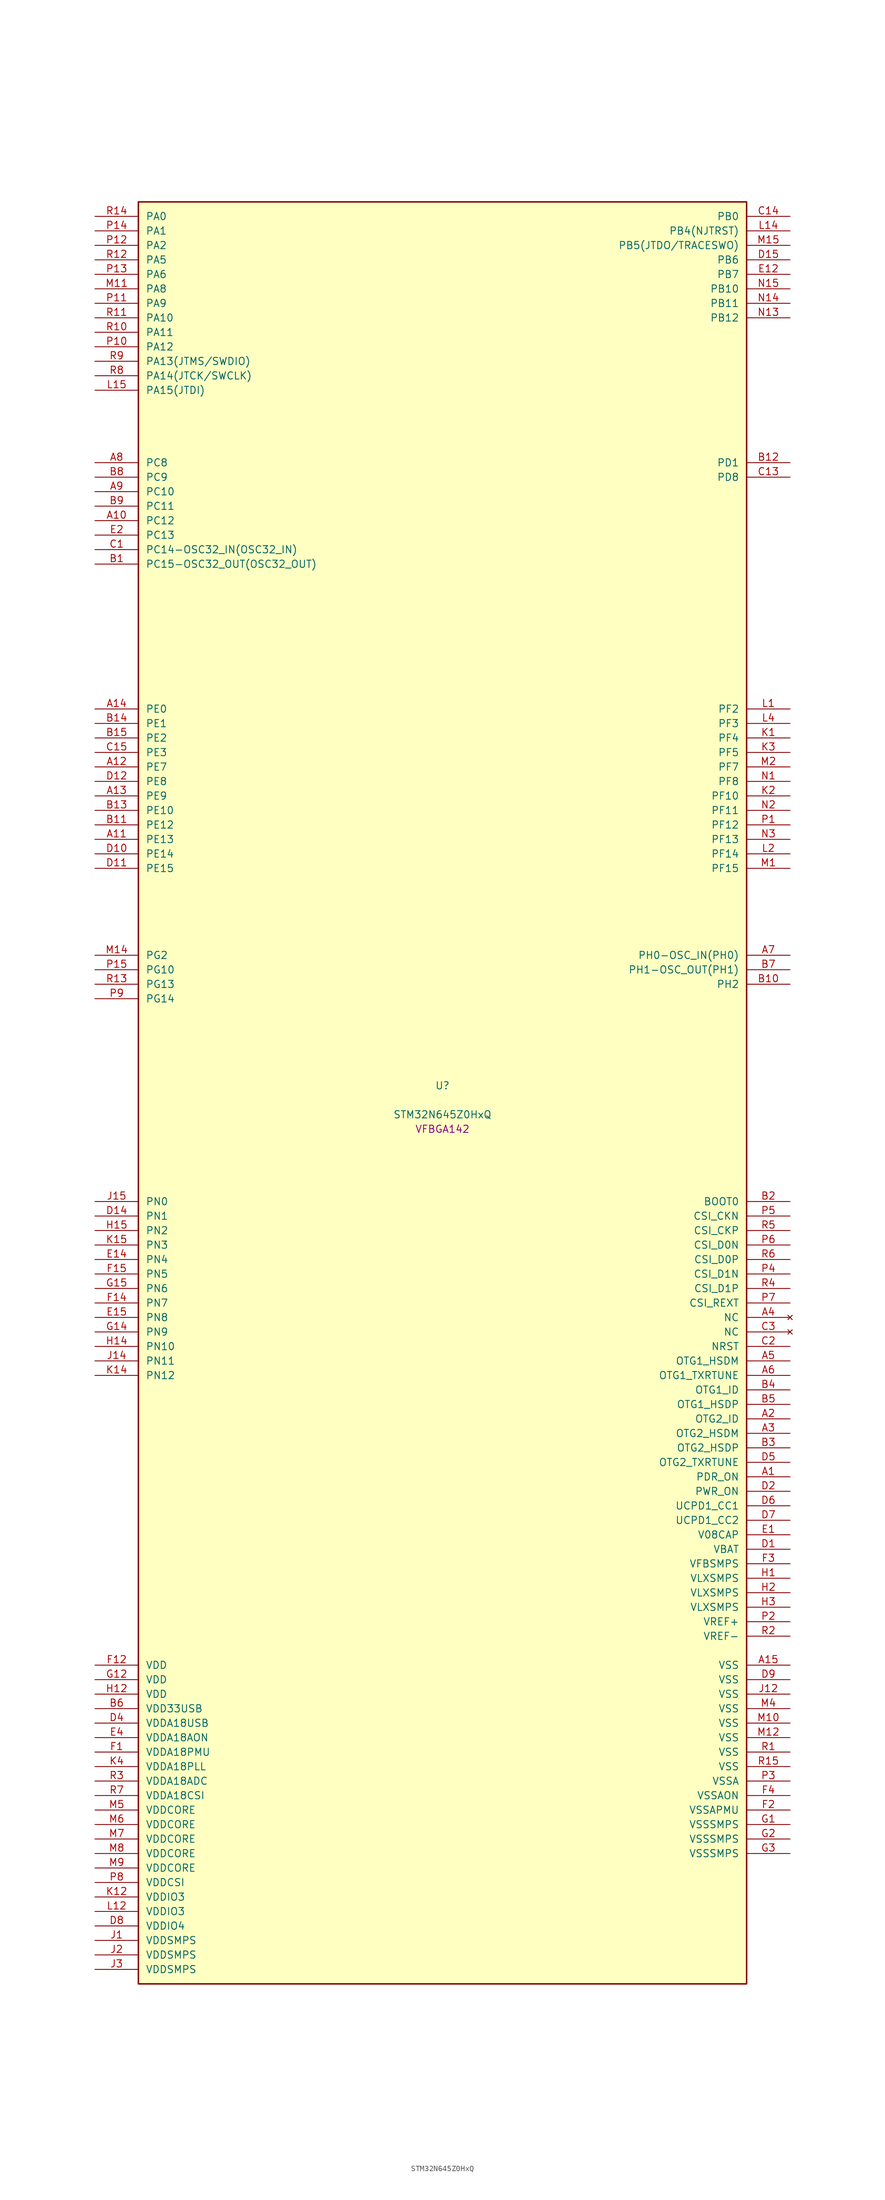
<source format=kicad_sym>
(kicad_symbol_lib
  (version 20241209)
  (generator "stm32_pkl_generator")
  (generator_version "1.0")
  (symbol "STM32N645Z0HxQ"
    (pin_names
      (offset 1.27))
    (property "Reference" "U"
      (at 0 2.54 0))
    (property "Value" "STM32N645Z0HxQ"
      (at 0 -2.54 0))
    (property "Footprint" "VFBGA142"
      (at 0 -5.08 0))
    (symbol "STM32N645Z0HxQ_1_1"
      (rectangle (start -53.34 157.48) (end 53.34 -154.94) (stroke (width 0.254) (type solid)) (fill (type background)))
      (pin bidirectional line (at -60.96 154.94 0) (length 7.62) (name "PA0") (number "R14") (alternate "PA0/ADC1_INN1" bidirectional line) (alternate "PA0/ADC1_INP0" bidirectional line) (alternate "PA0/ADC2_INN1" bidirectional line) (alternate "PA0/ADC2_INP0" bidirectional line) (alternate "PA0/HDP_HDP0" bidirectional line) (alternate "PA0/I2S6_WS" bidirectional line) (alternate "PA0/LTDC_G3" bidirectional line) (alternate "PA0/PWR_WKUP1" bidirectional line) (alternate "PA0/SAI2_SD_B" bidirectional line) (alternate "PA0/SPI6_NSS" bidirectional line) (alternate "PA0/TIM15_BKIN" bidirectional line) (alternate "PA0/TIM2_CH1" bidirectional line) (alternate "PA0/TIM9_CH1" bidirectional line) (alternate "PA0/UART4_TX" bidirectional line))
      (pin bidirectional line (at -60.96 152.4 0) (length 7.62) (name "PA1") (number "P14") (alternate "PA1/ADC1_INP1" bidirectional line) (alternate "PA1/ADC2_INP1" bidirectional line) (alternate "PA1/DCMIPP_D0" bidirectional line) (alternate "PA1/DCMI_D0" bidirectional line) (alternate "PA1/HDP_HDP1" bidirectional line) (alternate "PA1/LTDC_G2" bidirectional line) (alternate "PA1/PSSI_D0" bidirectional line) (alternate "PA1/SAI2_MCLK_B" bidirectional line) (alternate "PA1/TIM15_CH1N" bidirectional line) (alternate "PA1/TIM2_CH2" bidirectional line) (alternate "PA1/UART4_RX" bidirectional line))
      (pin bidirectional line (at -60.96 149.86 0) (length 7.62) (name "PA2") (number "P12") (alternate "PA2/ADC1_INP14" bidirectional line) (alternate "PA2/ADC2_INP14" bidirectional line) (alternate "PA2/HDP_HDP2" bidirectional line) (alternate "PA2/LTDC_B7" bidirectional line) (alternate "PA2/MDIOS_MDIO" bidirectional line) (alternate "PA2/PWR_WKUP2" bidirectional line) (alternate "PA2/SAI2_SCK_B" bidirectional line) (alternate "PA2/TIM15_CH1" bidirectional line) (alternate "PA2/TIM2_CH3" bidirectional line))
      (pin bidirectional line (at -60.96 147.32 0) (length 7.62) (name "PA5") (number "R12") (alternate "PA5/ADC2_INP18" bidirectional line) (alternate "PA5/DCMIPP_D8" bidirectional line) (alternate "PA5/DCMI_D8" bidirectional line) (alternate "PA5/HDP_HDP5" bidirectional line) (alternate "PA5/I2S1_CK" bidirectional line) (alternate "PA5/I2S6_CK" bidirectional line) (alternate "PA5/I3C1_SCL" bidirectional line) (alternate "PA5/LTDC_CLK" bidirectional line) (alternate "PA5/PSSI_D8" bidirectional line) (alternate "PA5/PWR_CSTOP" bidirectional line) (alternate "PA5/SPI1_SCK" bidirectional line) (alternate "PA5/SPI6_SCK" bidirectional line) (alternate "PA5/TIM10_CH1" bidirectional line) (alternate "PA5/TIM2_CH1" bidirectional line) (alternate "PA5/TIM2_ETR" bidirectional line) (alternate "PA5/TIM9_CH2" bidirectional line))
      (pin bidirectional line (at -60.96 144.78 0) (length 7.62) (name "PA6") (number "P13") (alternate "PA6/ADC1_INP3" bidirectional line) (alternate "PA6/ADC2_INP3" bidirectional line) (alternate "PA6/BOOT1" bidirectional line) (alternate "PA6/DCMIPP_PIXCLK" bidirectional line) (alternate "PA6/DCMI_PIXCLK" bidirectional line) (alternate "PA6/HDP_HDP6" bidirectional line) (alternate "PA6/I2S1_SDI" bidirectional line) (alternate "PA6/I2S6_SDI" bidirectional line) (alternate "PA6/I3C1_SDA" bidirectional line) (alternate "PA6/LTDC_B7" bidirectional line) (alternate "PA6/LTDC_HSYNC" bidirectional line) (alternate "PA6/MDIOS_MDC" bidirectional line) (alternate "PA6/PSSI_PDCK" bidirectional line) (alternate "PA6/SPI1_MISO" bidirectional line) (alternate "PA6/SPI6_MISO" bidirectional line) (alternate "PA6/TIM13_CH1" bidirectional line) (alternate "PA6/TIM3_CH1" bidirectional line))
      (pin bidirectional line (at -60.96 142.24 0) (length 7.62) (name "PA8") (number "M11") (alternate "PA8/ADC1_INP5" bidirectional line) (alternate "PA8/ADC2_INP5" bidirectional line) (alternate "PA8/HDP_HDP0" bidirectional line) (alternate "PA8/I2C3_SCL" bidirectional line) (alternate "PA8/I3C2_SCL" bidirectional line) (alternate "PA8/LTDC_B6" bidirectional line) (alternate "PA8/RCC_MCO_1" bidirectional line) (alternate "PA8/TIM11_CH1" bidirectional line) (alternate "PA8/UART7_RX" bidirectional line) (alternate "PA8/USART1_CK" bidirectional line))
      (pin bidirectional line (at -60.96 139.7 0) (length 7.62) (name "PA9") (number "P11") (alternate "PA9/ADC1_INP10" bidirectional line) (alternate "PA9/ADC2_INP10" bidirectional line) (alternate "PA9/DCMIPP_D0" bidirectional line) (alternate "PA9/DCMI_D0" bidirectional line) (alternate "PA9/HDP_HDP1" bidirectional line) (alternate "PA9/I2C3_SDA" bidirectional line) (alternate "PA9/I3C2_SDA" bidirectional line) (alternate "PA9/LPUART1_TX" bidirectional line) (alternate "PA9/LTDC_B5" bidirectional line) (alternate "PA9/PSSI_D0" bidirectional line) (alternate "PA9/USART1_TX" bidirectional line))
      (pin bidirectional line (at -60.96 137.16 0) (length 7.62) (name "PA10") (number "R11") (alternate "PA10/ADC1_INN10" bidirectional line) (alternate "PA10/ADC1_INP11" bidirectional line) (alternate "PA10/ADC2_INN10" bidirectional line) (alternate "PA10/ADC2_INP11" bidirectional line) (alternate "PA10/DCMIPP_D1" bidirectional line) (alternate "PA10/DCMI_D1" bidirectional line) (alternate "PA10/HDP_HDP2" bidirectional line) (alternate "PA10/LPUART1_RX" bidirectional line) (alternate "PA10/LTDC_B4" bidirectional line) (alternate "PA10/MDIOS_MDIO" bidirectional line) (alternate "PA10/PSSI_D1" bidirectional line) (alternate "PA10/PWR_CSLEEP" bidirectional line) (alternate "PA10/USART1_RX" bidirectional line))
      (pin bidirectional line (at -60.96 134.62 0) (length 7.62) (name "PA11") (number "R10") (alternate "PA11/ADC1_EXTI11" bidirectional line) (alternate "PA11/ADC1_INN11" bidirectional line) (alternate "PA11/ADC1_INP12" bidirectional line) (alternate "PA11/ADC2_EXTI11" bidirectional line) (alternate "PA11/ADC2_INN11" bidirectional line) (alternate "PA11/ADC2_INP12" bidirectional line) (alternate "PA11/FDCAN1_RX" bidirectional line) (alternate "PA11/HDP_HDP3" bidirectional line) (alternate "PA11/LPUART1_CTS" bidirectional line) (alternate "PA11/LTDC_B3" bidirectional line) (alternate "PA11/UART4_RX" bidirectional line) (alternate "PA11/USART1_CTS" bidirectional line) (alternate "PA11/USART1_NSS" bidirectional line))
      (pin bidirectional line (at -60.96 132.08 0) (length 7.62) (name "PA12") (number "P10") (alternate "PA12/ADC1_INN12" bidirectional line) (alternate "PA12/ADC1_INP13" bidirectional line) (alternate "PA12/ADC2_INN12" bidirectional line) (alternate "PA12/ADC2_INP13" bidirectional line) (alternate "PA12/FDCAN1_TX" bidirectional line) (alternate "PA12/HDP_HDP4" bidirectional line) (alternate "PA12/LPUART1_RTS" bidirectional line) (alternate "PA12/LTDC_B2" bidirectional line) (alternate "PA12/SAI2_FS_B" bidirectional line) (alternate "PA12/UART4_TX" bidirectional line) (alternate "PA12/USART1_RTS" bidirectional line))
      (pin bidirectional line (at -60.96 129.54 0) (length 7.62) (name "PA13(JTMS/SWDIO)") (number "R9") (alternate "PA13(JTMS/SWDIO)/DEBUG_JTMS-SWDIO" bidirectional line) (alternate "PA13(JTMS/SWDIO)/HDP_HDP5" bidirectional line))
      (pin bidirectional line (at -60.96 127 0) (length 7.62) (name "PA14(JTCK/SWCLK)") (number "R8") (alternate "PA14(JTCK/SWCLK)/DEBUG_JTCK-SWCLK" bidirectional line) (alternate "PA14(JTCK/SWCLK)/HDP_HDP6" bidirectional line))
      (pin bidirectional line (at -60.96 124.46 0) (length 7.62) (name "PA15(JTDI)") (number "L15") (alternate "PA15(JTDI)/ADC1_EXTI15" bidirectional line) (alternate "PA15(JTDI)/ADC2_EXTI15" bidirectional line) (alternate "PA15(JTDI)/DEBUG_JTDI" bidirectional line) (alternate "PA15(JTDI)/HDP_HDP7" bidirectional line) (alternate "PA15(JTDI)/I2S1_WS" bidirectional line) (alternate "PA15(JTDI)/I2S3_WS" bidirectional line) (alternate "PA15(JTDI)/I2S6_WS" bidirectional line) (alternate "PA15(JTDI)/LTDC_R5" bidirectional line) (alternate "PA15(JTDI)/SPI1_NSS" bidirectional line) (alternate "PA15(JTDI)/SPI3_NSS" bidirectional line) (alternate "PA15(JTDI)/SPI6_NSS" bidirectional line) (alternate "PA15(JTDI)/TIM2_CH1" bidirectional line) (alternate "PA15(JTDI)/TIM2_ETR" bidirectional line) (alternate "PA15(JTDI)/UART4_DE" bidirectional line) (alternate "PA15(JTDI)/UART4_RTS" bidirectional line) (alternate "PA15(JTDI)/UART7_TX" bidirectional line))
      (pin bidirectional line (at 60.96 154.94 180) (length 7.62) (name "PB0") (number "C14") (alternate "PB0/ADF1_SDI0" bidirectional line) (alternate "PB0/DCMIPP_D4" bidirectional line) (alternate "PB0/DCMI_D4" bidirectional line) (alternate "PB0/DEBUG_TRACED1" bidirectional line) (alternate "PB0/MDF1_SDI2" bidirectional line) (alternate "PB0/PSSI_D4" bidirectional line) (alternate "PB0/SAI1_D2" bidirectional line) (alternate "PB0/SAI1_FS_A" bidirectional line) (alternate "PB0/SPI4_NSS" bidirectional line) (alternate "PB0/TIM15_CH1N" bidirectional line))
      (pin bidirectional line (at 60.96 152.4 180) (length 7.62) (name "PB4(NJTRST)") (number "L14") (alternate "PB4(NJTRST)/DCMIPP_VSYNC" bidirectional line) (alternate "PB4(NJTRST)/DCMI_VSYNC" bidirectional line) (alternate "PB4(NJTRST)/DEBUG_NJTRST" bidirectional line) (alternate "PB4(NJTRST)/HDP_HDP4" bidirectional line) (alternate "PB4(NJTRST)/I2S1_SDI" bidirectional line) (alternate "PB4(NJTRST)/I2S3_SDI" bidirectional line) (alternate "PB4(NJTRST)/I2S6_SDI" bidirectional line) (alternate "PB4(NJTRST)/LTDC_R3" bidirectional line) (alternate "PB4(NJTRST)/PSSI_RDY" bidirectional line) (alternate "PB4(NJTRST)/SPI1_MISO" bidirectional line) (alternate "PB4(NJTRST)/SPI3_MISO" bidirectional line) (alternate "PB4(NJTRST)/SPI6_MISO" bidirectional line) (alternate "PB4(NJTRST)/TIM3_CH1" bidirectional line) (alternate "PB4(NJTRST)/UART7_TX" bidirectional line))
      (pin bidirectional line (at 60.96 149.86 180) (length 7.62) (name "PB5(JTDO/TRACESWO)") (number "M15") (alternate "PB5(JTDO/TRACESWO)/DCMIPP_D10" bidirectional line) (alternate "PB5(JTDO/TRACESWO)/DCMI_D10" bidirectional line) (alternate "PB5(JTDO/TRACESWO)/DEBUG_JTDO-SWO" bidirectional line) (alternate "PB5(JTDO/TRACESWO)/FDCAN2_RX" bidirectional line) (alternate "PB5(JTDO/TRACESWO)/HDP_HDP5" bidirectional line) (alternate "PB5(JTDO/TRACESWO)/I2S1_SDO" bidirectional line) (alternate "PB5(JTDO/TRACESWO)/I2S3_SDO" bidirectional line) (alternate "PB5(JTDO/TRACESWO)/I2S6_SDO" bidirectional line) (alternate "PB5(JTDO/TRACESWO)/LTDC_R2" bidirectional line) (alternate "PB5(JTDO/TRACESWO)/PSSI_D10" bidirectional line) (alternate "PB5(JTDO/TRACESWO)/SPI1_MOSI" bidirectional line) (alternate "PB5(JTDO/TRACESWO)/SPI3_MOSI" bidirectional line) (alternate "PB5(JTDO/TRACESWO)/SPI6_MOSI" bidirectional line) (alternate "PB5(JTDO/TRACESWO)/TIM3_CH2" bidirectional line) (alternate "PB5(JTDO/TRACESWO)/UART5_RX" bidirectional line))
      (pin bidirectional line (at 60.96 147.32 180) (length 7.62) (name "PB6") (number "D15") (alternate "PB6/ADF1_CCK1" bidirectional line) (alternate "PB6/DCMIPP_D6" bidirectional line) (alternate "PB6/DCMI_D6" bidirectional line) (alternate "PB6/DEBUG_TRACED2" bidirectional line) (alternate "PB6/MDF1_CCK1" bidirectional line) (alternate "PB6/PSSI_D6" bidirectional line) (alternate "PB6/SAI1_CK2" bidirectional line) (alternate "PB6/SAI1_SCK_A" bidirectional line) (alternate "PB6/SPI4_MISO" bidirectional line) (alternate "PB6/TIM15_CH1" bidirectional line))
      (pin bidirectional line (at 60.96 144.78 180) (length 7.62) (name "PB7") (number "E12") (alternate "PB7/ADF1_SDI0" bidirectional line) (alternate "PB7/DCMIPP_D7" bidirectional line) (alternate "PB7/DCMI_D7" bidirectional line) (alternate "PB7/DEBUG_TRACED3" bidirectional line) (alternate "PB7/MDF1_SDI1" bidirectional line) (alternate "PB7/PSSI_D7" bidirectional line) (alternate "PB7/SAI1_D1" bidirectional line) (alternate "PB7/SAI1_SD_A" bidirectional line) (alternate "PB7/SAI2_MCLK_B" bidirectional line) (alternate "PB7/SPI4_MOSI" bidirectional line) (alternate "PB7/TIM15_CH2" bidirectional line))
      (pin bidirectional line (at 60.96 142.24 180) (length 7.62) (name "PB10") (number "N15") (alternate "PB10/ADC1_INN4" bidirectional line) (alternate "PB10/ADC1_INP8" bidirectional line) (alternate "PB10/ADC2_INN4" bidirectional line) (alternate "PB10/ADC2_INP8" bidirectional line) (alternate "PB10/HDP_HDP2" bidirectional line) (alternate "PB10/I2C2_SCL" bidirectional line) (alternate "PB10/I3C2_SCL" bidirectional line) (alternate "PB10/LPTIM2_IN1" bidirectional line) (alternate "PB10/LTDC_G7" bidirectional line) (alternate "PB10/TIM2_CH3" bidirectional line) (alternate "PB10/USART3_TX" bidirectional line))
      (pin bidirectional line (at 60.96 139.7 180) (length 7.62) (name "PB11") (number "N14") (alternate "PB11/ADC1_EXTI11" bidirectional line) (alternate "PB11/ADC1_INP4" bidirectional line) (alternate "PB11/ADC2_EXTI11" bidirectional line) (alternate "PB11/ADC2_INP4" bidirectional line) (alternate "PB11/HDP_HDP3" bidirectional line) (alternate "PB11/I2C2_SDA" bidirectional line) (alternate "PB11/I3C2_SDA" bidirectional line) (alternate "PB11/LPTIM2_ETR" bidirectional line) (alternate "PB11/LTDC_G6" bidirectional line) (alternate "PB11/TIM2_CH4" bidirectional line) (alternate "PB11/USART3_RX" bidirectional line))
      (pin bidirectional line (at 60.96 137.16 180) (length 7.62) (name "PB12") (number "N13") (alternate "PB12/FDCAN2_RX" bidirectional line) (alternate "PB12/HDP_HDP4" bidirectional line) (alternate "PB12/I2C2_SMBA" bidirectional line) (alternate "PB12/LPTIM2_IN2" bidirectional line) (alternate "PB12/LTDC_G5" bidirectional line) (alternate "PB12/UART5_RX" bidirectional line) (alternate "PB12/USART3_CK" bidirectional line))
      (pin bidirectional line (at -60.96 111.76 0) (length 7.62) (name "PC8") (number "A8") (alternate "PC8/DCMIPP_D2" bidirectional line) (alternate "PC8/DCMI_D2" bidirectional line) (alternate "PC8/DEBUG_TRACED1" bidirectional line) (alternate "PC8/HDP_HDP0" bidirectional line) (alternate "PC8/I2C3_SMBA" bidirectional line) (alternate "PC8/LTDC_B0" bidirectional line) (alternate "PC8/PSSI_D2" bidirectional line) (alternate "PC8/TIM3_CH3" bidirectional line) (alternate "PC8/UART5_DE" bidirectional line) (alternate "PC8/UART5_RTS" bidirectional line) (alternate "PC8/UCPD1_FRSTX1" bidirectional line))
      (pin bidirectional line (at -60.96 109.22 0) (length 7.62) (name "PC9") (number "B8") (alternate "PC9/AUDIOCLK" bidirectional line) (alternate "PC9/DCMIPP_D3" bidirectional line) (alternate "PC9/DCMI_D3" bidirectional line) (alternate "PC9/HDP_HDP1" bidirectional line) (alternate "PC9/I2C3_SDA" bidirectional line) (alternate "PC9/LTDC_B3" bidirectional line) (alternate "PC9/PSSI_D3" bidirectional line) (alternate "PC9/RCC_MCO_2" bidirectional line) (alternate "PC9/TIM3_CH4" bidirectional line) (alternate "PC9/UART5_CTS" bidirectional line) (alternate "PC9/UCPD1_FRSTX2" bidirectional line))
      (pin bidirectional line (at -60.96 106.68 0) (length 7.62) (name "PC10") (number "A9") (alternate "PC10/DCMIPP_D14" bidirectional line) (alternate "PC10/HDP_HDP2" bidirectional line) (alternate "PC10/I2C4_SCL" bidirectional line) (alternate "PC10/I2S3_CK" bidirectional line) (alternate "PC10/I3C2_SCL" bidirectional line) (alternate "PC10/PSSI_D14" bidirectional line) (alternate "PC10/SPI3_SCK" bidirectional line) (alternate "PC10/UART4_TX" bidirectional line) (alternate "PC10/USART3_TX" bidirectional line))
      (pin bidirectional line (at -60.96 104.14 0) (length 7.62) (name "PC11") (number "B9") (alternate "PC11/ADC1_EXTI11" bidirectional line) (alternate "PC11/ADC2_EXTI11" bidirectional line) (alternate "PC11/DCMIPP_D4" bidirectional line) (alternate "PC11/DCMI_D4" bidirectional line) (alternate "PC11/HDP_HDP3" bidirectional line) (alternate "PC11/I2C4_SDA" bidirectional line) (alternate "PC11/I2S3_SDI" bidirectional line) (alternate "PC11/I3C2_SDA" bidirectional line) (alternate "PC11/PSSI_D4" bidirectional line) (alternate "PC11/SPI3_MISO" bidirectional line) (alternate "PC11/UART4_RX" bidirectional line) (alternate "PC11/USART3_RX" bidirectional line))
      (pin bidirectional line (at -60.96 101.6 0) (length 7.62) (name "PC12") (number "A10") (alternate "PC12/DCMIPP_D9" bidirectional line) (alternate "PC12/DCMI_D9" bidirectional line) (alternate "PC12/DEBUG_TRACED3" bidirectional line) (alternate "PC12/HDP_HDP4" bidirectional line) (alternate "PC12/I2S3_SDO" bidirectional line) (alternate "PC12/I2S6_CK" bidirectional line) (alternate "PC12/PSSI_D9" bidirectional line) (alternate "PC12/SPI3_MOSI" bidirectional line) (alternate "PC12/SPI6_SCK" bidirectional line) (alternate "PC12/TIM15_CH1" bidirectional line) (alternate "PC12/UART5_TX" bidirectional line) (alternate "PC12/USART3_CK" bidirectional line))
      (pin bidirectional line (at -60.96 99.06 0) (length 7.62) (name "PC13") (number "E2") (alternate "PC13/HDP_HDP5" bidirectional line) (alternate "PC13/PWR_WKUP3" bidirectional line) (alternate "PC13/RTC_OUT1" bidirectional line) (alternate "PC13/RTC_TS" bidirectional line) (alternate "PC13/TAMP_IN1" bidirectional line) (alternate "PC13/TAMP_OUT2" bidirectional line))
      (pin bidirectional line (at -60.96 96.52 0) (length 7.62) (name "PC14-OSC32_IN(OSC32_IN)") (number "C1") (alternate "PC14-OSC32_IN(OSC32_IN)/RCC_OSC32_IN" bidirectional line))
      (pin bidirectional line (at -60.96 93.98 0) (length 7.62) (name "PC15-OSC32_OUT(OSC32_OUT)") (number "B1") (alternate "PC15-OSC32_OUT(OSC32_OUT)/ADC1_EXTI15" bidirectional line) (alternate "PC15-OSC32_OUT(OSC32_OUT)/ADC2_EXTI15" bidirectional line) (alternate "PC15-OSC32_OUT(OSC32_OUT)/RCC_OSC32_OUT" bidirectional line))
      (pin bidirectional line (at 60.96 111.76 180) (length 7.62) (name "PD1") (number "B12") (alternate "PD1/FDCAN1_TX" bidirectional line) (alternate "PD1/UART4_TX" bidirectional line))
      (pin bidirectional line (at 60.96 109.22 180) (length 7.62) (name "PD8") (number "C13") (alternate "PD8/DCMIPP_D11" bidirectional line) (alternate "PD8/DCMI_D11" bidirectional line) (alternate "PD8/LTDC_R7" bidirectional line) (alternate "PD8/PSSI_D11" bidirectional line) (alternate "PD8/TAMP_IN3" bidirectional line) (alternate "PD8/TAMP_OUT4" bidirectional line) (alternate "PD8/USART3_TX" bidirectional line))
      (pin bidirectional line (at -60.96 68.58 0) (length 7.62) (name "PE0") (number "A14") (alternate "PE0/DCMIPP_D2" bidirectional line) (alternate "PE0/DCMI_D2" bidirectional line) (alternate "PE0/LPTIM2_ETR" bidirectional line) (alternate "PE0/PSSI_D2" bidirectional line) (alternate "PE0/SAI2_MCLK_A" bidirectional line) (alternate "PE0/TAMP_IN6" bidirectional line) (alternate "PE0/TAMP_OUT5" bidirectional line) (alternate "PE0/USART3_RX" bidirectional line))
      (pin bidirectional line (at -60.96 66.04 0) (length 7.62) (name "PE1") (number "B14") (alternate "PE1/DCMIPP_D8" bidirectional line) (alternate "PE1/DCMI_D8" bidirectional line) (alternate "PE1/LPTIM2_CH2" bidirectional line) (alternate "PE1/PSSI_D8" bidirectional line) (alternate "PE1/USART3_TX" bidirectional line))
      (pin bidirectional line (at -60.96 63.5 0) (length 7.62) (name "PE2") (number "B15") (alternate "PE2/ADF1_CCK0" bidirectional line) (alternate "PE2/DEBUG_TRACECLK" bidirectional line) (alternate "PE2/MDF1_CCK0" bidirectional line) (alternate "PE2/SAI1_CK1" bidirectional line) (alternate "PE2/SAI1_MCLK_A" bidirectional line) (alternate "PE2/SPI4_SCK" bidirectional line) (alternate "PE2/UCPD1_FRSTX1" bidirectional line))
      (pin bidirectional line (at -60.96 60.96 0) (length 7.62) (name "PE3") (number "C15") (alternate "PE3/DEBUG_TRACED0" bidirectional line) (alternate "PE3/MDF1_CKI2" bidirectional line) (alternate "PE3/SAI1_SD_B" bidirectional line) (alternate "PE3/TIM15_BKIN" bidirectional line))
      (pin bidirectional line (at -60.96 58.42 0) (length 7.62) (name "PE7") (number "A12") (alternate "PE7/MDF1_CKI0" bidirectional line) (alternate "PE7/SAI2_SD_B" bidirectional line) (alternate "PE7/UART7_RX" bidirectional line))
      (pin bidirectional line (at -60.96 55.88 0) (length 7.62) (name "PE8") (number "D12") (alternate "PE8/DCMIPP_D4" bidirectional line) (alternate "PE8/DCMI_D4" bidirectional line) (alternate "PE8/MDF1_SDI0" bidirectional line) (alternate "PE8/PSSI_D4" bidirectional line) (alternate "PE8/UART7_TX" bidirectional line) (alternate "PE8/USART3_TX" bidirectional line))
      (pin bidirectional line (at -60.96 53.34 0) (length 7.62) (name "PE9") (number "A13") (alternate "PE9/MDF1_CKI4" bidirectional line) (alternate "PE9/UART7_RTS" bidirectional line))
      (pin bidirectional line (at -60.96 50.8 0) (length 7.62) (name "PE10") (number "B13") (alternate "PE10/DCMIPP_D3" bidirectional line) (alternate "PE10/DCMI_D3" bidirectional line) (alternate "PE10/DEBUG_TRACECLK" bidirectional line) (alternate "PE10/MDF1_SDI4" bidirectional line) (alternate "PE10/PSSI_D3" bidirectional line) (alternate "PE10/UART7_CTS" bidirectional line) (alternate "PE10/USART3_RX" bidirectional line))
      (pin bidirectional line (at -60.96 48.26 0) (length 7.62) (name "PE12") (number "B11") (alternate "PE12/FDCAN3_RX" bidirectional line) (alternate "PE12/MDF1_SDI5" bidirectional line) (alternate "PE12/SAI2_SCK_B" bidirectional line) (alternate "PE12/SPI4_SCK" bidirectional line))
      (pin bidirectional line (at -60.96 45.72 0) (length 7.62) (name "PE13") (number "A11") (alternate "PE13/ADF1_CCK0" bidirectional line) (alternate "PE13/I2C4_SCL" bidirectional line) (alternate "PE13/SAI2_FS_B" bidirectional line) (alternate "PE13/SPI4_MISO" bidirectional line))
      (pin bidirectional line (at -60.96 43.18 0) (length 7.62) (name "PE14") (number "D10") (alternate "PE14/ADF1_CCK1" bidirectional line) (alternate "PE14/GFXTIM_FCKCAL" bidirectional line) (alternate "PE14/GFXTIM_LCKCAL" bidirectional line) (alternate "PE14/I2C4_SDA" bidirectional line) (alternate "PE14/SAI2_MCLK_B" bidirectional line) (alternate "PE14/SPI4_MOSI" bidirectional line))
      (pin bidirectional line (at -60.96 40.64 0) (length 7.62) (name "PE15") (number "D11") (alternate "PE15/ADC1_EXTI15" bidirectional line) (alternate "PE15/ADC2_EXTI15" bidirectional line) (alternate "PE15/GFXTIM_FCKCAL" bidirectional line) (alternate "PE15/GFXTIM_LCKCAL" bidirectional line) (alternate "PE15/I2C4_SMBA" bidirectional line) (alternate "PE15/SPI5_SCK" bidirectional line))
      (pin bidirectional line (at 60.96 68.58 180) (length 7.62) (name "PF2") (number "L1") (alternate "PF2/FDCAN3_TX" bidirectional line) (alternate "PF2/LTDC_B1" bidirectional line))
      (pin bidirectional line (at 60.96 66.04 180) (length 7.62) (name "PF3") (number "L4") (alternate "PF3/ADC1_INP16" bidirectional line) (alternate "PF3/DCMIPP_HSYNC" bidirectional line) (alternate "PF3/DCMI_HSYNC" bidirectional line) (alternate "PF3/FDCAN3_RX" bidirectional line) (alternate "PF3/LTDC_R4" bidirectional line) (alternate "PF3/PSSI_DE" bidirectional line))
      (pin bidirectional line (at 60.96 63.5 180) (length 7.62) (name "PF4") (number "K1") (alternate "PF4/ADC1_INP18" bidirectional line) (alternate "PF4/DCMIPP_HSYNC" bidirectional line) (alternate "PF4/DCMI_HSYNC" bidirectional line) (alternate "PF4/HDP_HDP4" bidirectional line) (alternate "PF4/I2S1_WS" bidirectional line) (alternate "PF4/I2S3_WS" bidirectional line) (alternate "PF4/I2S6_WS" bidirectional line) (alternate "PF4/LTDC_R3" bidirectional line) (alternate "PF4/PSSI_DE" bidirectional line) (alternate "PF4/SPI1_NSS" bidirectional line) (alternate "PF4/SPI3_NSS" bidirectional line) (alternate "PF4/SPI6_NSS" bidirectional line))
      (pin bidirectional line (at 60.96 60.96 180) (length 7.62) (name "PF5") (number "K3") (alternate "PF5/DCMIPP_D6" bidirectional line) (alternate "PF5/DCMI_D6" bidirectional line) (alternate "PF5/LPTIM2_IN2" bidirectional line) (alternate "PF5/LTDC_G0" bidirectional line) (alternate "PF5/PSSI_D6" bidirectional line) (alternate "PF5/SAI2_SD_A" bidirectional line) (alternate "PF5/USART3_CTS" bidirectional line) (alternate "PF5/USART3_NSS" bidirectional line))
      (pin bidirectional line (at 60.96 58.42 180) (length 7.62) (name "PF7") (number "M2") (alternate "PF7/ADC1_INN5" bidirectional line) (alternate "PF7/ADC1_INP9" bidirectional line) (alternate "PF7/ADC2_INN5" bidirectional line) (alternate "PF7/ADC2_INP9" bidirectional line) (alternate "PF7/GFXTIM_TE" bidirectional line) (alternate "PF7/HDP_HDP0" bidirectional line) (alternate "PF7/I2S1_CK" bidirectional line) (alternate "PF7/LTDC_VSYNC" bidirectional line) (alternate "PF7/SPI1_SCK" bidirectional line) (alternate "PF7/TIM3_CH3" bidirectional line) (alternate "PF7/TIM9_CH1" bidirectional line) (alternate "PF7/UART4_CTS" bidirectional line))
      (pin bidirectional line (at 60.96 55.88 180) (length 7.62) (name "PF8") (number "N1") (alternate "PF8/DEBUG_TRACECLK" bidirectional line) (alternate "PF8/LTDC_R6" bidirectional line))
      (pin bidirectional line (at 60.96 53.34 180) (length 7.62) (name "PF10") (number "K2") (alternate "PF10/DCMIPP_D11" bidirectional line) (alternate "PF10/DCMIPP_D15" bidirectional line) (alternate "PF10/DCMI_D11" bidirectional line) (alternate "PF10/LTDC_R1" bidirectional line) (alternate "PF10/MDF1_SDI3" bidirectional line) (alternate "PF10/PSSI_D11" bidirectional line) (alternate "PF10/PSSI_D15" bidirectional line) (alternate "PF10/SAI1_D3" bidirectional line) (alternate "PF10/UART7_RX" bidirectional line) (alternate "PF10/UCPD1_FRSTX1" bidirectional line))
      (pin bidirectional line (at 60.96 50.8 180) (length 7.62) (name "PF11") (number "N2") (alternate "PF11/ADC1_EXTI11" bidirectional line) (alternate "PF11/ADC1_INP2" bidirectional line) (alternate "PF11/ADC2_EXTI11" bidirectional line) (alternate "PF11/DCMIPP_D15" bidirectional line) (alternate "PF11/LTDC_B0" bidirectional line) (alternate "PF11/PSSI_D15" bidirectional line) (alternate "PF11/SAI2_SD_B" bidirectional line) (alternate "PF11/SPI5_MOSI" bidirectional line))
      (pin bidirectional line (at 60.96 48.26 180) (length 7.62) (name "PF12") (number "P1") (alternate "PF12/ADC1_INN2" bidirectional line) (alternate "PF12/ADC1_INP6" bidirectional line) (alternate "PF12/DCMIPP_D13" bidirectional line) (alternate "PF12/DCMI_D13" bidirectional line) (alternate "PF12/PSSI_D13" bidirectional line) (alternate "PF12/SPI5_MISO" bidirectional line) (alternate "PF12/USART1_RX" bidirectional line))
      (pin bidirectional line (at 60.96 45.72 180) (length 7.62) (name "PF13") (number "N3") (alternate "PF13/ADC2_INP2" bidirectional line) (alternate "PF13/DCMIPP_D10" bidirectional line) (alternate "PF13/DCMI_D10" bidirectional line) (alternate "PF13/PSSI_D10" bidirectional line) (alternate "PF13/SPI5_NSS" bidirectional line) (alternate "PF13/USART1_TX" bidirectional line))
      (pin bidirectional line (at 60.96 43.18 180) (length 7.62) (name "PF14") (number "L2") (alternate "PF14/ADC2_INN2" bidirectional line) (alternate "PF14/ADC2_INP6" bidirectional line) (alternate "PF14/LTDC_G0" bidirectional line) (alternate "PF14/SPI5_MOSI" bidirectional line) (alternate "PF14/TIM2_CH2" bidirectional line) (alternate "PF14/USART1_CTS" bidirectional line))
      (pin bidirectional line (at 60.96 40.64 180) (length 7.62) (name "PF15") (number "M1") (alternate "PF15/ADC1_EXTI15" bidirectional line) (alternate "PF15/ADC2_EXTI15" bidirectional line) (alternate "PF15/LTDC_G1" bidirectional line) (alternate "PF15/SPI5_SCK" bidirectional line) (alternate "PF15/USART1_RTS" bidirectional line))
      (pin bidirectional line (at -60.96 25.4 0) (length 7.62) (name "PG2") (number "M14") (alternate "PG2/DCMIPP_D6" bidirectional line) (alternate "PG2/DCMI_D6" bidirectional line) (alternate "PG2/LTDC_R0" bidirectional line) (alternate "PG2/PSSI_D6" bidirectional line) (alternate "PG2/SAI1_FS_B" bidirectional line) (alternate "PG2/SAI2_MCLK_B" bidirectional line) (alternate "PG2/SPI5_MOSI" bidirectional line) (alternate "PG2/TIM14_CH1" bidirectional line) (alternate "PG2/UART7_CTS" bidirectional line) (alternate "PG2/USART3_RTS" bidirectional line))
      (pin bidirectional line (at -60.96 22.86 0) (length 7.62) (name "PG10") (number "P15") (alternate "PG10/DCMIPP_D2" bidirectional line) (alternate "PG10/DCMI_D2" bidirectional line) (alternate "PG10/FDCAN2_TX" bidirectional line) (alternate "PG10/HDP_HDP5" bidirectional line) (alternate "PG10/LPTIM2_CH1" bidirectional line) (alternate "PG10/LTDC_G4" bidirectional line) (alternate "PG10/PSSI_D2" bidirectional line) (alternate "PG10/UART5_TX" bidirectional line) (alternate "PG10/USART3_CTS" bidirectional line) (alternate "PG10/USART3_NSS" bidirectional line))
      (pin bidirectional line (at -60.96 20.32 0) (length 7.62) (name "PG13") (number "R13") (alternate "PG13/DCMIPP_D12" bidirectional line) (alternate "PG13/DCMI_D12" bidirectional line) (alternate "PG13/LPTIM2_IN1" bidirectional line) (alternate "PG13/LTDC_DE" bidirectional line) (alternate "PG13/PSSI_D12" bidirectional line) (alternate "PG13/SAI2_FS_A" bidirectional line) (alternate "PG13/USART3_RTS" bidirectional line))
      (pin bidirectional line (at -60.96 17.78 0) (length 7.62) (name "PG14") (number "P9") (alternate "PG14/DCMIPP_D11" bidirectional line) (alternate "PG14/DCMI_D11" bidirectional line) (alternate "PG14/DEBUG_TRACED1" bidirectional line) (alternate "PG14/I2S6_SDO" bidirectional line) (alternate "PG14/LTDC_B1" bidirectional line) (alternate "PG14/PSSI_D11" bidirectional line) (alternate "PG14/SPI6_MOSI" bidirectional line))
      (pin bidirectional line (at 60.96 25.4 180) (length 7.62) (name "PH0-OSC_IN(PH0)") (number "A7") (alternate "PH0-OSC_IN(PH0)/RCC_OSC_IN" bidirectional line))
      (pin bidirectional line (at 60.96 22.86 180) (length 7.62) (name "PH1-OSC_OUT(PH1)") (number "B7") (alternate "PH1-OSC_OUT(PH1)/RCC_OSC_OUT" bidirectional line))
      (pin bidirectional line (at 60.96 20.32 180) (length 7.62) (name "PH2") (number "B10") (alternate "PH2/DCMIPP_D11" bidirectional line) (alternate "PH2/DCMI_D11" bidirectional line) (alternate "PH2/DEBUG_TRACED2" bidirectional line) (alternate "PH2/FDCAN1_TX" bidirectional line) (alternate "PH2/PSSI_D11" bidirectional line) (alternate "PH2/TIM15_BKIN" bidirectional line) (alternate "PH2/TIM3_ETR" bidirectional line) (alternate "PH2/UART5_RX" bidirectional line))
      (pin bidirectional line (at -60.96 -17.78 0) (length 7.62) (name "PN0") (number "J15") (alternate "PN0/XSPIM_P2_DQS0" bidirectional line))
      (pin bidirectional line (at -60.96 -20.32 0) (length 7.62) (name "PN1") (number "D14") (alternate "PN1/XSPIM_P2_NCS1" bidirectional line))
      (pin bidirectional line (at -60.96 -22.86 0) (length 7.62) (name "PN2") (number "H15") (alternate "PN2/XSPIM_P2_IO0" bidirectional line))
      (pin bidirectional line (at -60.96 -25.4 0) (length 7.62) (name "PN3") (number "K15") (alternate "PN3/XSPIM_P2_IO1" bidirectional line))
      (pin bidirectional line (at -60.96 -27.94 0) (length 7.62) (name "PN4") (number "E14") (alternate "PN4/XSPIM_P2_IO2" bidirectional line))
      (pin bidirectional line (at -60.96 -30.48 0) (length 7.62) (name "PN5") (number "F15") (alternate "PN5/XSPIM_P2_IO3" bidirectional line))
      (pin bidirectional line (at -60.96 -33.02 0) (length 7.62) (name "PN6") (number "G15") (alternate "PN6/XSPIM_P2_CLK" bidirectional line))
      (pin bidirectional line (at -60.96 -35.56 0) (length 7.62) (name "PN7") (number "F14") (alternate "PN7/XSPIM_P2_NCLK" bidirectional line))
      (pin bidirectional line (at -60.96 -38.1 0) (length 7.62) (name "PN8") (number "E15") (alternate "PN8/XSPIM_P2_IO4" bidirectional line))
      (pin bidirectional line (at -60.96 -40.64 0) (length 7.62) (name "PN9") (number "G14") (alternate "PN9/DCMIPP_D5" bidirectional line) (alternate "PN9/DCMI_D5" bidirectional line) (alternate "PN9/PSSI_D5" bidirectional line) (alternate "PN9/XSPIM_P2_IO5" bidirectional line))
      (pin bidirectional line (at -60.96 -43.18 0) (length 7.62) (name "PN10") (number "H14") (alternate "PN10/LTDC_B4" bidirectional line) (alternate "PN10/XSPIM_P2_IO6" bidirectional line))
      (pin bidirectional line (at -60.96 -45.72 0) (length 7.62) (name "PN11") (number "J14") (alternate "PN11/ADC1_EXTI11" bidirectional line) (alternate "PN11/ADC2_EXTI11" bidirectional line) (alternate "PN11/LTDC_B6" bidirectional line) (alternate "PN11/XSPIM_P2_IO7" bidirectional line))
      (pin bidirectional line (at -60.96 -48.26 0) (length 7.62) (name "PN12") (number "K14") (alternate "PN12/XSPIM_P2_NCS2" bidirectional line))
      (pin input line (at 60.96 -17.78 180) (length 7.62) (name "BOOT0") (number "B2"))
      (pin bidirectional line (at 60.96 -20.32 180) (length 7.62) (name "CSI_CKN") (number "P5") (alternate "CSI_CKN/CSI_CKN" bidirectional line))
      (pin bidirectional line (at 60.96 -22.86 180) (length 7.62) (name "CSI_CKP") (number "R5") (alternate "CSI_CKP/CSI_CKP" bidirectional line))
      (pin bidirectional line (at 60.96 -25.4 180) (length 7.62) (name "CSI_D0N") (number "P6") (alternate "CSI_D0N/CSI_D0N" bidirectional line))
      (pin bidirectional line (at 60.96 -27.94 180) (length 7.62) (name "CSI_D0P") (number "R6") (alternate "CSI_D0P/CSI_D0P" bidirectional line))
      (pin bidirectional line (at 60.96 -30.48 180) (length 7.62) (name "CSI_D1N") (number "P4") (alternate "CSI_D1N/CSI_D1N" bidirectional line))
      (pin bidirectional line (at 60.96 -33.02 180) (length 7.62) (name "CSI_D1P") (number "R4") (alternate "CSI_D1P/CSI_D1P" bidirectional line))
      (pin bidirectional line (at 60.96 -35.56 180) (length 7.62) (name "CSI_REXT") (number "P7") (alternate "CSI_REXT/CSI_REXT" bidirectional line))
      (pin no_connect line (at 60.96 -38.1 180) (length 7.62) (name "NC") (number "A4"))
      (pin no_connect line (at 60.96 -40.64 180) (length 7.62) (name "NC") (number "C3"))
      (pin input line (at 60.96 -43.18 180) (length 7.62) (name "NRST") (number "C2"))
      (pin bidirectional line (at 60.96 -45.72 180) (length 7.62) (name "OTG1_HSDM") (number "A5") (alternate "OTG1_HSDM/USB1_OTG_HS_DM" bidirectional line))
      (pin bidirectional line (at 60.96 -48.26 180) (length 7.62) (name "OTG1_TXRTUNE") (number "A6"))
      (pin bidirectional line (at 60.96 -50.8 180) (length 7.62) (name "OTG1_ID") (number "B4") (alternate "OTG1_ID/USB1_OTG_HS_ID" bidirectional line))
      (pin bidirectional line (at 60.96 -53.34 180) (length 7.62) (name "OTG1_HSDP") (number "B5") (alternate "OTG1_HSDP/USB1_OTG_HS_DP" bidirectional line))
      (pin bidirectional line (at 60.96 -55.88 180) (length 7.62) (name "OTG2_ID") (number "A2") (alternate "OTG2_ID/USB2_OTG_HS_ID" bidirectional line))
      (pin bidirectional line (at 60.96 -58.42 180) (length 7.62) (name "OTG2_HSDM") (number "A3") (alternate "OTG2_HSDM/USB2_OTG_HS_DM" bidirectional line))
      (pin bidirectional line (at 60.96 -60.96 180) (length 7.62) (name "OTG2_HSDP") (number "B3") (alternate "OTG2_HSDP/USB2_OTG_HS_DP" bidirectional line))
      (pin bidirectional line (at 60.96 -63.5 180) (length 7.62) (name "OTG2_TXRTUNE") (number "D5"))
      (pin bidirectional line (at 60.96 -66.04 180) (length 7.62) (name "PDR_ON") (number "A1"))
      (pin bidirectional line (at 60.96 -68.58 180) (length 7.62) (name "PWR_ON") (number "D2"))
      (pin bidirectional line (at 60.96 -71.12 180) (length 7.62) (name "UCPD1_CC1") (number "D6") (alternate "UCPD1_CC1/UCPD1_CC1" bidirectional line))
      (pin bidirectional line (at 60.96 -73.66 180) (length 7.62) (name "UCPD1_CC2") (number "D7") (alternate "UCPD1_CC2/UCPD1_CC2" bidirectional line))
      (pin power_in line (at 60.96 -76.2 180) (length 7.62) (name "V08CAP") (number "E1"))
      (pin power_in line (at 60.96 -78.74 180) (length 7.62) (name "VBAT") (number "D1"))
      (pin power_in line (at 60.96 -81.28 180) (length 7.62) (name "VFBSMPS") (number "F3"))
      (pin power_in line (at 60.96 -83.82 180) (length 7.62) (name "VLXSMPS") (number "H1"))
      (pin power_in line (at 60.96 -86.36 180) (length 7.62) (name "VLXSMPS") (number "H2"))
      (pin power_in line (at 60.96 -88.9 180) (length 7.62) (name "VLXSMPS") (number "H3"))
      (pin bidirectional line (at 60.96 -91.44 180) (length 7.62) (name "VREF+") (number "P2"))
      (pin power_in line (at 60.96 -93.98 180) (length 7.62) (name "VREF-") (number "R2"))
      (pin power_in line (at -60.96 -99.06 0) (length 7.62) (name "VDD") (number "F12"))
      (pin power_in line (at -60.96 -101.6 0) (length 7.62) (name "VDD") (number "G12"))
      (pin power_in line (at -60.96 -104.14 0) (length 7.62) (name "VDD") (number "H12"))
      (pin power_in line (at -60.96 -106.68 0) (length 7.62) (name "VDD33USB") (number "B6"))
      (pin power_in line (at -60.96 -109.22 0) (length 7.62) (name "VDDA18USB") (number "D4"))
      (pin power_in line (at -60.96 -111.76 0) (length 7.62) (name "VDDA18AON") (number "E4"))
      (pin power_in line (at -60.96 -114.3 0) (length 7.62) (name "VDDA18PMU") (number "F1"))
      (pin power_in line (at -60.96 -116.84 0) (length 7.62) (name "VDDA18PLL") (number "K4"))
      (pin power_in line (at -60.96 -119.38 0) (length 7.62) (name "VDDA18ADC") (number "R3"))
      (pin power_in line (at -60.96 -121.92 0) (length 7.62) (name "VDDA18CSI") (number "R7"))
      (pin power_in line (at -60.96 -124.46 0) (length 7.62) (name "VDDCORE") (number "M5"))
      (pin power_in line (at -60.96 -127 0) (length 7.62) (name "VDDCORE") (number "M6"))
      (pin power_in line (at -60.96 -129.54 0) (length 7.62) (name "VDDCORE") (number "M7"))
      (pin power_in line (at -60.96 -132.08 0) (length 7.62) (name "VDDCORE") (number "M8"))
      (pin power_in line (at -60.96 -134.62 0) (length 7.62) (name "VDDCORE") (number "M9"))
      (pin power_in line (at -60.96 -137.16 0) (length 7.62) (name "VDDCSI") (number "P8"))
      (pin power_in line (at -60.96 -139.7 0) (length 7.62) (name "VDDIO3") (number "K12"))
      (pin power_in line (at -60.96 -142.24 0) (length 7.62) (name "VDDIO3") (number "L12"))
      (pin power_in line (at -60.96 -144.78 0) (length 7.62) (name "VDDIO4") (number "D8"))
      (pin power_in line (at -60.96 -147.32 0) (length 7.62) (name "VDDSMPS") (number "J1"))
      (pin power_in line (at -60.96 -149.86 0) (length 7.62) (name "VDDSMPS") (number "J2"))
      (pin power_in line (at -60.96 -152.4 0) (length 7.62) (name "VDDSMPS") (number "J3"))
      (pin power_in line (at 60.96 -99.06 180) (length 7.62) (name "VSS") (number "A15"))
      (pin power_in line (at 60.96 -101.6 180) (length 7.62) (name "VSS") (number "D9"))
      (pin power_in line (at 60.96 -104.14 180) (length 7.62) (name "VSS") (number "J12"))
      (pin power_in line (at 60.96 -106.68 180) (length 7.62) (name "VSS") (number "M4"))
      (pin power_in line (at 60.96 -109.22 180) (length 7.62) (name "VSS") (number "M10"))
      (pin power_in line (at 60.96 -111.76 180) (length 7.62) (name "VSS") (number "M12"))
      (pin power_in line (at 60.96 -114.3 180) (length 7.62) (name "VSS") (number "R1"))
      (pin power_in line (at 60.96 -116.84 180) (length 7.62) (name "VSS") (number "R15"))
      (pin power_in line (at 60.96 -119.38 180) (length 7.62) (name "VSSA") (number "P3"))
      (pin power_in line (at 60.96 -121.92 180) (length 7.62) (name "VSSAON") (number "F4"))
      (pin power_in line (at 60.96 -124.46 180) (length 7.62) (name "VSSAPMU") (number "F2"))
      (pin power_in line (at 60.96 -127 180) (length 7.62) (name "VSSSMPS") (number "G1"))
      (pin power_in line (at 60.96 -129.54 180) (length 7.62) (name "VSSSMPS") (number "G2"))
      (pin power_in line (at 60.96 -132.08 180) (length 7.62) (name "VSSSMPS") (number "G3")))))
</source>
